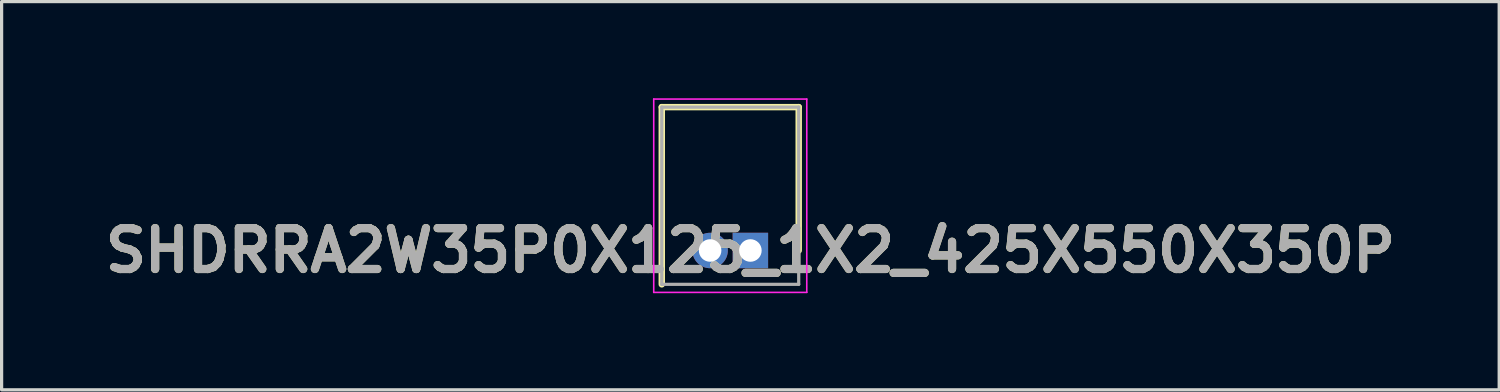
<source format=kicad_pcb>
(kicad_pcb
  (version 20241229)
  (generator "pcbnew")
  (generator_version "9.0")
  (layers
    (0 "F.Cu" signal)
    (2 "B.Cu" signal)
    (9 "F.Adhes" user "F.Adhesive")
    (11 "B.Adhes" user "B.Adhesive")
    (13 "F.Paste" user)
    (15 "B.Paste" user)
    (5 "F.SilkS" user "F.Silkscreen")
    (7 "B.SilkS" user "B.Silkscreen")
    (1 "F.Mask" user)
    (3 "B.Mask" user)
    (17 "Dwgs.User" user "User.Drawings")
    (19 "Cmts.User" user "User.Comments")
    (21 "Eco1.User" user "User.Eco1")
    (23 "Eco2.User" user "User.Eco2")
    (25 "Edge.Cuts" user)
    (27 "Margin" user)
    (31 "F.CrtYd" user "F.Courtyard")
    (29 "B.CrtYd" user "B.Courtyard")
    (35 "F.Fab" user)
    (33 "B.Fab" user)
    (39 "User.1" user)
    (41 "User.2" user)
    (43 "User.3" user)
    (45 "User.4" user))
  (footprint "SHDRRA2W35P0X125_1X2_425X550X350P"
    (layer "F.Cu")
    (at 20.241 4.725)
    (property "Reference" "SHDRRA2W35P0X125_1X2_425X550X350P" (at 0 0 0) (layer "F.SilkS") (effects (font (size 1.27 1.27) (thickness 0.254))))
    (attr through_hole)
    (fp_line (start -2.75 -4.45) (end -2.75 1.05) (stroke (width 0.2) (type solid)) (layer "F.SilkS"))
    (fp_line (start 1.5 -4.45) (end -2.75 -4.45) (stroke (width 0.2) (type solid)) (layer "F.SilkS"))
    (fp_line (start 1.5 0) (end 1.5 -4.45) (stroke (width 0.2) (type solid)) (layer "F.SilkS"))
    (fp_line (start -3 -4.7) (end 1.75 -4.7) (stroke (width 0.05) (type solid)) (layer "F.CrtYd"))
    (fp_line (start -3 1.3) (end -3 -4.7) (stroke (width 0.05) (type solid)) (layer "F.CrtYd"))
    (fp_line (start 1.75 -4.7) (end 1.75 1.3) (stroke (width 0.05) (type solid)) (layer "F.CrtYd"))
    (fp_line (start 1.75 1.3) (end -3 1.3) (stroke (width 0.05) (type solid)) (layer "F.CrtYd"))
    (fp_line (start -2.75 -4.45) (end 1.5 -4.45) (stroke (width 0.1) (type solid)) (layer "F.Fab"))
    (fp_line (start -2.75 1.05) (end -2.75 -4.45) (stroke (width 0.1) (type solid)) (layer "F.Fab"))
    (fp_line (start 1.5 -4.45) (end 1.5 1.05) (stroke (width 0.1) (type solid)) (layer "F.Fab"))
    (fp_line (start 1.5 1.05) (end -2.75 1.05) (stroke (width 0.1) (type solid)) (layer "F.Fab"))
    (fp_text user "${REFERENCE}" (at 0 0 0) (layer "F.Fab") (effects (font (size 1.27 1.27) (thickness 0.254))))
    (pad "1" thru_hole rect (at 0 0) (size 1.1 1.1) (drill 0.7) (layers "*.Cu" "*.Mask"))
    (pad "2" thru_hole circle (at -1.25 0) (size 1.1 1.1) (drill 0.7) (layers "*.Cu" "*.Mask")))
  (gr_rect
    (start -3 -3)
    (end 43.483 9.05)
    (stroke (width 0.1) (type default))
    (fill no)
    (layer "Edge.Cuts")))
</source>
